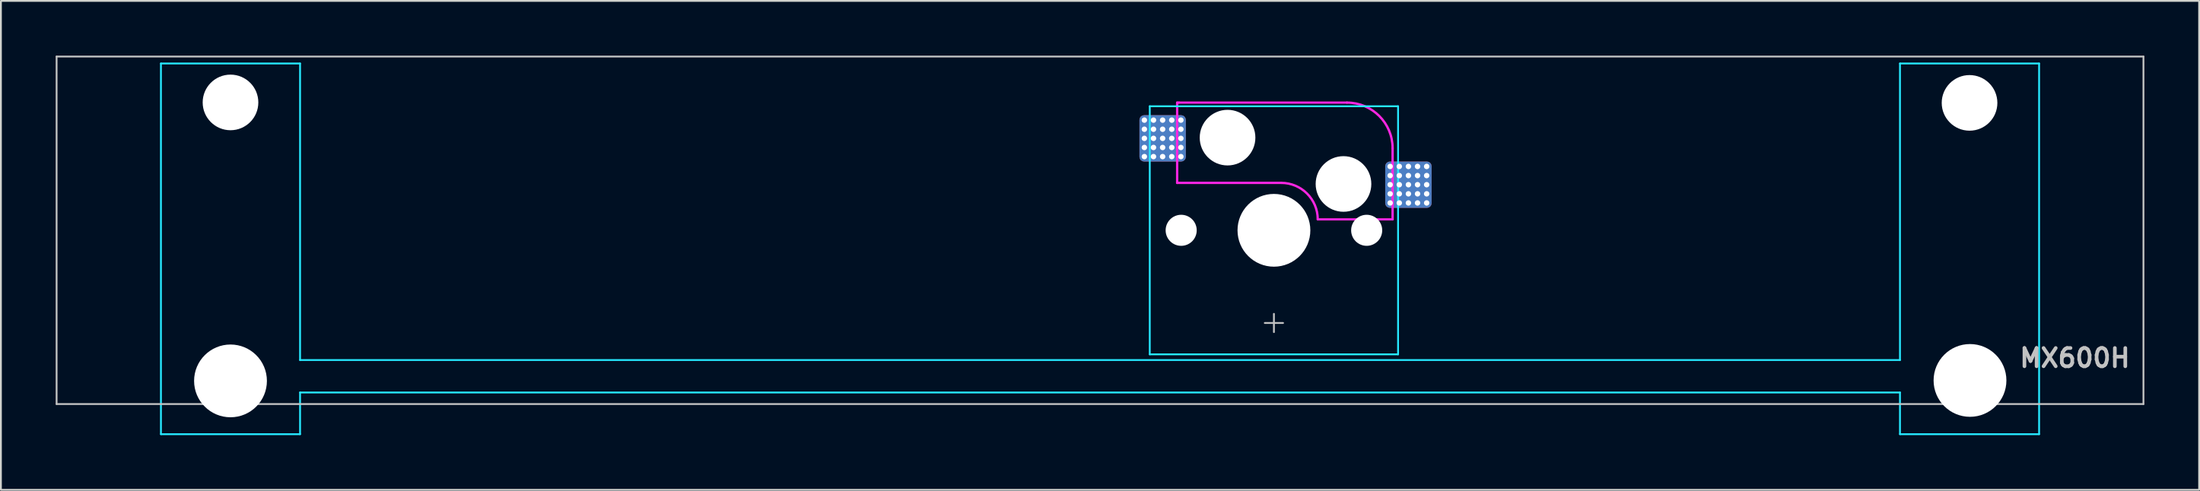
<source format=kicad_pcb>
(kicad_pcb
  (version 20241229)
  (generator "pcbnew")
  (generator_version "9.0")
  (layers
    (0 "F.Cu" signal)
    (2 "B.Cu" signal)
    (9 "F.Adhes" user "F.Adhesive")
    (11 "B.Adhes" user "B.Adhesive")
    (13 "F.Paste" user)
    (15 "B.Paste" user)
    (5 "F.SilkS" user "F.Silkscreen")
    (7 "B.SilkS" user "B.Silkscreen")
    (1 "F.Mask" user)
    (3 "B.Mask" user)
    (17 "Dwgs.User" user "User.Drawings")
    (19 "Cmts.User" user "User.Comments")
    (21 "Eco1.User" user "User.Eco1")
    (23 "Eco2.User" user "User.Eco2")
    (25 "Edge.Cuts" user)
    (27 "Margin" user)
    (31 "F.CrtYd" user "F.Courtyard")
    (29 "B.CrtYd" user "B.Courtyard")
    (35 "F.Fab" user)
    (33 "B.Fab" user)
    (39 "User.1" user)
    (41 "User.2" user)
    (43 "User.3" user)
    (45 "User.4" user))
  (footprint "MX600H"
    (layer "F.Cu")
    (at 66.725 9.575)
    (property "Reference" "MX600H" (at 47 7 0) (layer "Dwgs.User") (effects (font (size 1 1) (thickness 0.2)) (justify right)))
    (attr smd)
    (fp_line (start -66.675 -9.525) (end -66.675 9.525) (stroke (width 0.1) (type solid)) (layer "Dwgs.User"))
    (fp_line (start -66.675 -9.525) (end 47.625 -9.525) (stroke (width 0.1) (type solid)) (layer "Dwgs.User"))
    (fp_line (start -66.675 9.525) (end 47.625 9.525) (stroke (width 0.1) (type solid)) (layer "Dwgs.User"))
    (fp_line (start -0.5 5.08) (end 0.5 5.08) (stroke (width 0.1) (type solid)) (layer "Dwgs.User"))
    (fp_line (start 0 4.58) (end 0 5.58) (stroke (width 0.1) (type solid)) (layer "Dwgs.User"))
    (fp_line (start 47.625 -9.525) (end 47.625 9.525) (stroke (width 0.1) (type solid)) (layer "Dwgs.User"))
    (fp_line (start -60.65 -5.485) (end -60.65 8.515) (stroke (width 0.1) (type solid)) (layer "Eco1.User"))
    (fp_line (start -60.15 -5.985) (end -54.15 -5.985) (stroke (width 0.1) (type solid)) (layer "Eco1.User"))
    (fp_line (start -54.15 9.015) (end -60.15 9.015) (stroke (width 0.1) (type solid)) (layer "Eco1.User"))
    (fp_line (start -53.65 8.515) (end -53.65 -5.485) (stroke (width 0.1) (type solid)) (layer "Eco1.User"))
    (fp_line (start -7 -6.5) (end -7 6.5) (stroke (width 0.1) (type solid)) (layer "Eco1.User"))
    (fp_line (start -6.5 7) (end 6.5 7) (stroke (width 0.1) (type solid)) (layer "Eco1.User"))
    (fp_line (start 6.5 -7) (end -6.5 -7) (stroke (width 0.1) (type solid)) (layer "Eco1.User"))
    (fp_line (start 7 6.5) (end 7 -6.5) (stroke (width 0.1) (type solid)) (layer "Eco1.User"))
    (fp_line (start 34.6 -5.485) (end 34.6 8.515) (stroke (width 0.1) (type solid)) (layer "Eco1.User"))
    (fp_line (start 35.1 -5.985) (end 41.1 -5.985) (stroke (width 0.1) (type solid)) (layer "Eco1.User"))
    (fp_line (start 41.1 9.015) (end 35.1 9.015) (stroke (width 0.1) (type solid)) (layer "Eco1.User"))
    (fp_line (start 41.6 8.515) (end 41.6 -5.485) (stroke (width 0.1) (type solid)) (layer "Eco1.User"))
    (fp_arc (start -60.65 -5.485) (mid -60.503553 -5.838553) (end -60.15 -5.985) (stroke (width 0.1) (type solid)) (layer "Eco1.User"))
    (fp_arc (start -60.15 9.015) (mid -60.503553 8.868553) (end -60.65 8.515) (stroke (width 0.1) (type solid)) (layer "Eco1.User"))
    (fp_arc (start -54.15 -5.985) (mid -53.796447 -5.838553) (end -53.65 -5.485) (stroke (width 0.1) (type solid)) (layer "Eco1.User"))
    (fp_arc (start -53.65 8.515) (mid -53.796447 8.868553) (end -54.15 9.015) (stroke (width 0.1) (type solid)) (layer "Eco1.User"))
    (fp_arc (start -7 -6.5) (mid -6.853553 -6.853553) (end -6.5 -7) (stroke (width 0.1) (type solid)) (layer "Eco1.User"))
    (fp_arc (start -6.5 7) (mid -6.853553 6.853553) (end -7 6.5) (stroke (width 0.1) (type solid)) (layer "Eco1.User"))
    (fp_arc (start 6.5 -7) (mid 6.853553 -6.853553) (end 7 -6.5) (stroke (width 0.1) (type solid)) (layer "Eco1.User"))
    (fp_arc (start 7 6.5) (mid 6.853553 6.853553) (end 6.5 7) (stroke (width 0.1) (type solid)) (layer "Eco1.User"))
    (fp_arc (start 34.6 -5.485) (mid 34.746447 -5.838553) (end 35.1 -5.985) (stroke (width 0.1) (type solid)) (layer "Eco1.User"))
    (fp_arc (start 35.1 9.015) (mid 34.746447 8.868553) (end 34.6 8.515) (stroke (width 0.1) (type solid)) (layer "Eco1.User"))
    (fp_arc (start 41.1 -5.985) (mid 41.453553 -5.838553) (end 41.6 -5.485) (stroke (width 0.1) (type solid)) (layer "Eco1.User"))
    (fp_arc (start 41.6 8.515) (mid 41.453553 8.868553) (end 41.1 9.015) (stroke (width 0.1) (type solid)) (layer "Eco1.User"))
    (fp_line (start -60.96 -9.144) (end -60.96 11.176) (stroke (width 0.1) (type solid)) (layer "B.CrtYd"))
    (fp_line (start -60.96 -9.144) (end -53.34 -9.144) (stroke (width 0.1) (type solid)) (layer "B.CrtYd"))
    (fp_line (start -60.96 11.176) (end -53.34 11.176) (stroke (width 0.1) (type solid)) (layer "B.CrtYd"))
    (fp_line (start -53.34 7.112) (end -53.34 -9.144) (stroke (width 0.1) (type solid)) (layer "B.CrtYd"))
    (fp_line (start -53.34 7.112) (end 34.29 7.112) (stroke (width 0.1) (type solid)) (layer "B.CrtYd"))
    (fp_line (start -53.34 8.89) (end -53.34 11.176) (stroke (width 0.1) (type solid)) (layer "B.CrtYd"))
    (fp_line (start -53.34 8.89) (end 34.29 8.89) (stroke (width 0.1) (type solid)) (layer "B.CrtYd"))
    (fp_line (start -6.8 -6.8) (end -6.8 6.8) (stroke (width 0.1) (type solid)) (layer "B.CrtYd"))
    (fp_line (start 6.8 -6.8) (end -6.8 -6.8) (stroke (width 0.1) (type solid)) (layer "B.CrtYd"))
    (fp_line (start 6.8 -6.8) (end 6.8 6.8) (stroke (width 0.1) (type solid)) (layer "B.CrtYd"))
    (fp_line (start 6.8 6.8) (end -6.8 6.8) (stroke (width 0.1) (type solid)) (layer "B.CrtYd"))
    (fp_line (start 34.29 7.112) (end 34.29 -9.144) (stroke (width 0.1) (type solid)) (layer "B.CrtYd"))
    (fp_line (start 34.29 8.89) (end 34.29 11.176) (stroke (width 0.1) (type solid)) (layer "B.CrtYd"))
    (fp_line (start 41.91 -9.144) (end 34.29 -9.144) (stroke (width 0.1) (type solid)) (layer "B.CrtYd"))
    (fp_line (start 41.91 -9.144) (end 41.91 11.176) (stroke (width 0.1) (type solid)) (layer "B.CrtYd"))
    (fp_line (start 41.91 11.176) (end 34.29 11.176) (stroke (width 0.1) (type solid)) (layer "B.CrtYd"))
    (fp_line (start -5.3 -7) (end -5.3 -2.6) (stroke (width 0.127) (type solid)) (layer "F.CrtYd"))
    (fp_line (start -5.2 -7) (end -5.3 -7) (stroke (width 0.12) (type solid)) (layer "F.CrtYd"))
    (fp_line (start 0.4 -2.6) (end -5.3 -2.6) (stroke (width 0.127) (type solid)) (layer "F.CrtYd"))
    (fp_line (start 4 -7) (end -5.2 -7) (stroke (width 0.12) (type solid)) (layer "F.CrtYd"))
    (fp_line (start 6.5 -4.5) (end 6.5 -0.6) (stroke (width 0.127) (type solid)) (layer "F.CrtYd"))
    (fp_line (start 6.5 -0.6) (end 2.4 -0.6) (stroke (width 0.12) (type solid)) (layer "F.CrtYd"))
    (fp_arc (start 0.4 -2.6) (mid 1.814214 -2.014214) (end 2.4 -0.6) (stroke (width 0.127) (type solid)) (layer "F.CrtYd"))
    (fp_arc (start 4 -7) (mid 5.767767 -6.267767) (end 6.5 -4.5) (stroke (width 0.127) (type solid)) (layer "F.CrtYd"))
    (pad "" np_thru_hole circle (at -57.15 -7.01) (size 3.048 3.048) (drill 3.048) (layers "*.Cu" "*.Mask"))
    (pad "" np_thru_hole circle (at -57.15 8.255) (size 3.988 3.988) (drill 3.988) (layers "*.Cu" "*.Mask"))
    (pad "" np_thru_hole circle (at -5.08 0) (size 1.702 1.702) (drill 1.702) (layers "*.Cu" "*.Mask"))
    (pad "" np_thru_hole circle (at -2.54 -5.08) (size 3.048 3.048) (drill 3.048) (layers "*.Cu" "*.Mask"))
    (pad "" np_thru_hole circle (at 0 0) (size 3.988 3.988) (drill 3.988) (layers "*.Cu" "*.Mask"))
    (pad "" np_thru_hole circle (at 3.81 -2.54) (size 3.048 3.048) (drill 3.048) (layers "*.Cu" "*.Mask"))
    (pad "" np_thru_hole circle (at 5.08 0) (size 1.702 1.702) (drill 1.702) (layers "*.Cu" "*.Mask"))
    (pad "" np_thru_hole circle (at 38.1 -6.985) (size 3.048 3.048) (drill 3.048) (layers "*.Cu" "*.Mask"))
    (pad "" np_thru_hole circle (at 38.125 8.23) (size 3.988 3.988) (drill 3.988) (layers "*.Cu" "*.Mask"))
    (pad "1" thru_hole circle (at -7.096 -6.04) (size 0.3 0.3) (drill 0.3) (layers "*.Cu" "F.Mask"))
    (pad "1" thru_hole circle (at -7.096 -5.54) (size 0.3 0.3) (drill 0.3) (layers "*.Cu" "F.Mask"))
    (pad "1" thru_hole circle (at -7.096 -5.04) (size 0.3 0.3) (drill 0.3) (layers "*.Cu" "F.Mask"))
    (pad "1" thru_hole circle (at -7.096 -4.54) (size 0.3 0.3) (drill 0.3) (layers "*.Cu" "F.Mask"))
    (pad "1" thru_hole circle (at -7.096 -4.04) (size 0.3 0.3) (drill 0.3) (layers "*.Cu" "F.Mask"))
    (pad "1" thru_hole circle (at -6.596 -6.04) (size 0.3 0.3) (drill 0.3) (layers "*.Cu" "F.Mask"))
    (pad "1" thru_hole circle (at -6.596 -5.54) (size 0.3 0.3) (drill 0.3) (layers "*.Cu" "F.Mask"))
    (pad "1" thru_hole circle (at -6.596 -5.04) (size 0.3 0.3) (drill 0.3) (layers "*.Cu" "F.Mask"))
    (pad "1" thru_hole circle (at -6.596 -4.54) (size 0.3 0.3) (drill 0.3) (layers "*.Cu" "F.Mask"))
    (pad "1" thru_hole circle (at -6.596 -4.04) (size 0.3 0.3) (drill 0.3) (layers "*.Cu" "F.Mask"))
    (pad "1" thru_hole circle (at -6.096 -6.04) (size 0.3 0.3) (drill 0.3) (layers "*.Cu" "F.Mask"))
    (pad "1" thru_hole circle (at -6.096 -5.54) (size 0.3 0.3) (drill 0.3) (layers "*.Cu" "F.Mask"))
    (pad "1" thru_hole circle (at -6.096 -5.04) (size 0.3 0.3) (drill 0.3) (layers "*.Cu" "F.Mask"))
    (pad "1" smd roundrect (at -6.096 -5.04) (size 2.54 2.54) (layers "F.Cu" "F.Mask") (roundrect_rratio 0.1))
    (pad "1" smd roundrect (at -6.096 -5.04) (size 2.54 2.54) (layers "B.Cu") (roundrect_rratio 0.1))
    (pad "1" thru_hole circle (at -6.096 -4.54) (size 0.3 0.3) (drill 0.3) (layers "*.Cu" "F.Mask"))
    (pad "1" thru_hole circle (at -6.096 -4.04) (size 0.3 0.3) (drill 0.3) (layers "*.Cu" "F.Mask"))
    (pad "1" thru_hole circle (at -5.596 -6.04) (size 0.3 0.3) (drill 0.3) (layers "*.Cu" "F.Mask"))
    (pad "1" thru_hole circle (at -5.596 -5.54) (size 0.3 0.3) (drill 0.3) (layers "*.Cu" "F.Mask"))
    (pad "1" thru_hole circle (at -5.596 -5.04) (size 0.3 0.3) (drill 0.3) (layers "*.Cu" "F.Mask"))
    (pad "1" thru_hole circle (at -5.596 -4.54) (size 0.3 0.3) (drill 0.3) (layers "*.Cu" "F.Mask"))
    (pad "1" thru_hole circle (at -5.596 -4.04) (size 0.3 0.3) (drill 0.3) (layers "*.Cu" "F.Mask"))
    (pad "1" thru_hole circle (at -5.096 -6.04) (size 0.3 0.3) (drill 0.3) (layers "*.Cu" "F.Mask"))
    (pad "1" thru_hole circle (at -5.096 -5.54) (size 0.3 0.3) (drill 0.3) (layers "*.Cu" "F.Mask"))
    (pad "1" thru_hole circle (at -5.096 -5.04) (size 0.3 0.3) (drill 0.3) (layers "*.Cu" "F.Mask"))
    (pad "1" thru_hole circle (at -5.096 -4.54) (size 0.3 0.3) (drill 0.3) (layers "*.Cu" "F.Mask"))
    (pad "1" thru_hole circle (at -5.096 -4.04) (size 0.3 0.3) (drill 0.3) (layers "*.Cu" "F.Mask"))
    (pad "2" thru_hole circle (at 6.366 -3.5) (size 0.3 0.3) (drill 0.3) (layers "*.Cu" "F.Mask"))
    (pad "2" thru_hole circle (at 6.366 -3) (size 0.3 0.3) (drill 0.3) (layers "*.Cu" "F.Mask"))
    (pad "2" thru_hole circle (at 6.366 -2.5) (size 0.3 0.3) (drill 0.3) (layers "*.Cu" "F.Mask"))
    (pad "2" thru_hole circle (at 6.366 -2) (size 0.3 0.3) (drill 0.3) (layers "*.Cu" "F.Mask"))
    (pad "2" thru_hole circle (at 6.366 -1.5) (size 0.3 0.3) (drill 0.3) (layers "*.Cu" "F.Mask"))
    (pad "2" thru_hole circle (at 6.866 -3.5) (size 0.3 0.3) (drill 0.3) (layers "*.Cu" "F.Mask"))
    (pad "2" thru_hole circle (at 6.866 -3) (size 0.3 0.3) (drill 0.3) (layers "*.Cu" "F.Mask"))
    (pad "2" thru_hole circle (at 6.866 -2.5) (size 0.3 0.3) (drill 0.3) (layers "*.Cu" "F.Mask"))
    (pad "2" thru_hole circle (at 6.866 -2) (size 0.3 0.3) (drill 0.3) (layers "*.Cu" "F.Mask"))
    (pad "2" thru_hole circle (at 6.866 -1.5) (size 0.3 0.3) (drill 0.3) (layers "*.Cu" "F.Mask"))
    (pad "2" thru_hole circle (at 7.366 -3.5) (size 0.3 0.3) (drill 0.3) (layers "*.Cu" "F.Mask"))
    (pad "2" thru_hole circle (at 7.366 -3) (size 0.3 0.3) (drill 0.3) (layers "*.Cu" "F.Mask"))
    (pad "2" thru_hole circle (at 7.366 -2.5) (size 0.3 0.3) (drill 0.3) (layers "*.Cu" "F.Mask"))
    (pad "2" smd roundrect (at 7.366 -2.5) (size 2.54 2.54) (layers "F.Cu" "F.Mask") (roundrect_rratio 0.1))
    (pad "2" smd roundrect (at 7.366 -2.5) (size 2.54 2.54) (layers "B.Cu") (roundrect_rratio 0.1))
    (pad "2" thru_hole circle (at 7.366 -2) (size 0.3 0.3) (drill 0.3) (layers "*.Cu" "F.Mask"))
    (pad "2" thru_hole circle (at 7.366 -1.5) (size 0.3 0.3) (drill 0.3) (layers "*.Cu" "F.Mask"))
    (pad "2" thru_hole circle (at 7.866 -3.5) (size 0.3 0.3) (drill 0.3) (layers "*.Cu" "F.Mask"))
    (pad "2" thru_hole circle (at 7.866 -3) (size 0.3 0.3) (drill 0.3) (layers "*.Cu" "F.Mask"))
    (pad "2" thru_hole circle (at 7.866 -2.5) (size 0.3 0.3) (drill 0.3) (layers "*.Cu" "F.Mask"))
    (pad "2" thru_hole circle (at 7.866 -2) (size 0.3 0.3) (drill 0.3) (layers "*.Cu" "F.Mask"))
    (pad "2" thru_hole circle (at 7.866 -1.5) (size 0.3 0.3) (drill 0.3) (layers "*.Cu" "F.Mask"))
    (pad "2" thru_hole circle (at 8.366 -3.5) (size 0.3 0.3) (drill 0.3) (layers "*.Cu" "F.Mask"))
    (pad "2" thru_hole circle (at 8.366 -3) (size 0.3 0.3) (drill 0.3) (layers "*.Cu" "F.Mask"))
    (pad "2" thru_hole circle (at 8.366 -2.5) (size 0.3 0.3) (drill 0.3) (layers "*.Cu" "F.Mask"))
    (pad "2" thru_hole circle (at 8.366 -2) (size 0.3 0.3) (drill 0.3) (layers "*.Cu" "F.Mask"))
    (pad "2" thru_hole circle (at 8.366 -1.5) (size 0.3 0.3) (drill 0.3) (layers "*.Cu" "F.Mask")))
  (gr_rect
    (start -3 -3)
    (end 117.4 23.801)
    (stroke (width 0.1) (type default))
    (fill no)
    (layer "Edge.Cuts")))
</source>
